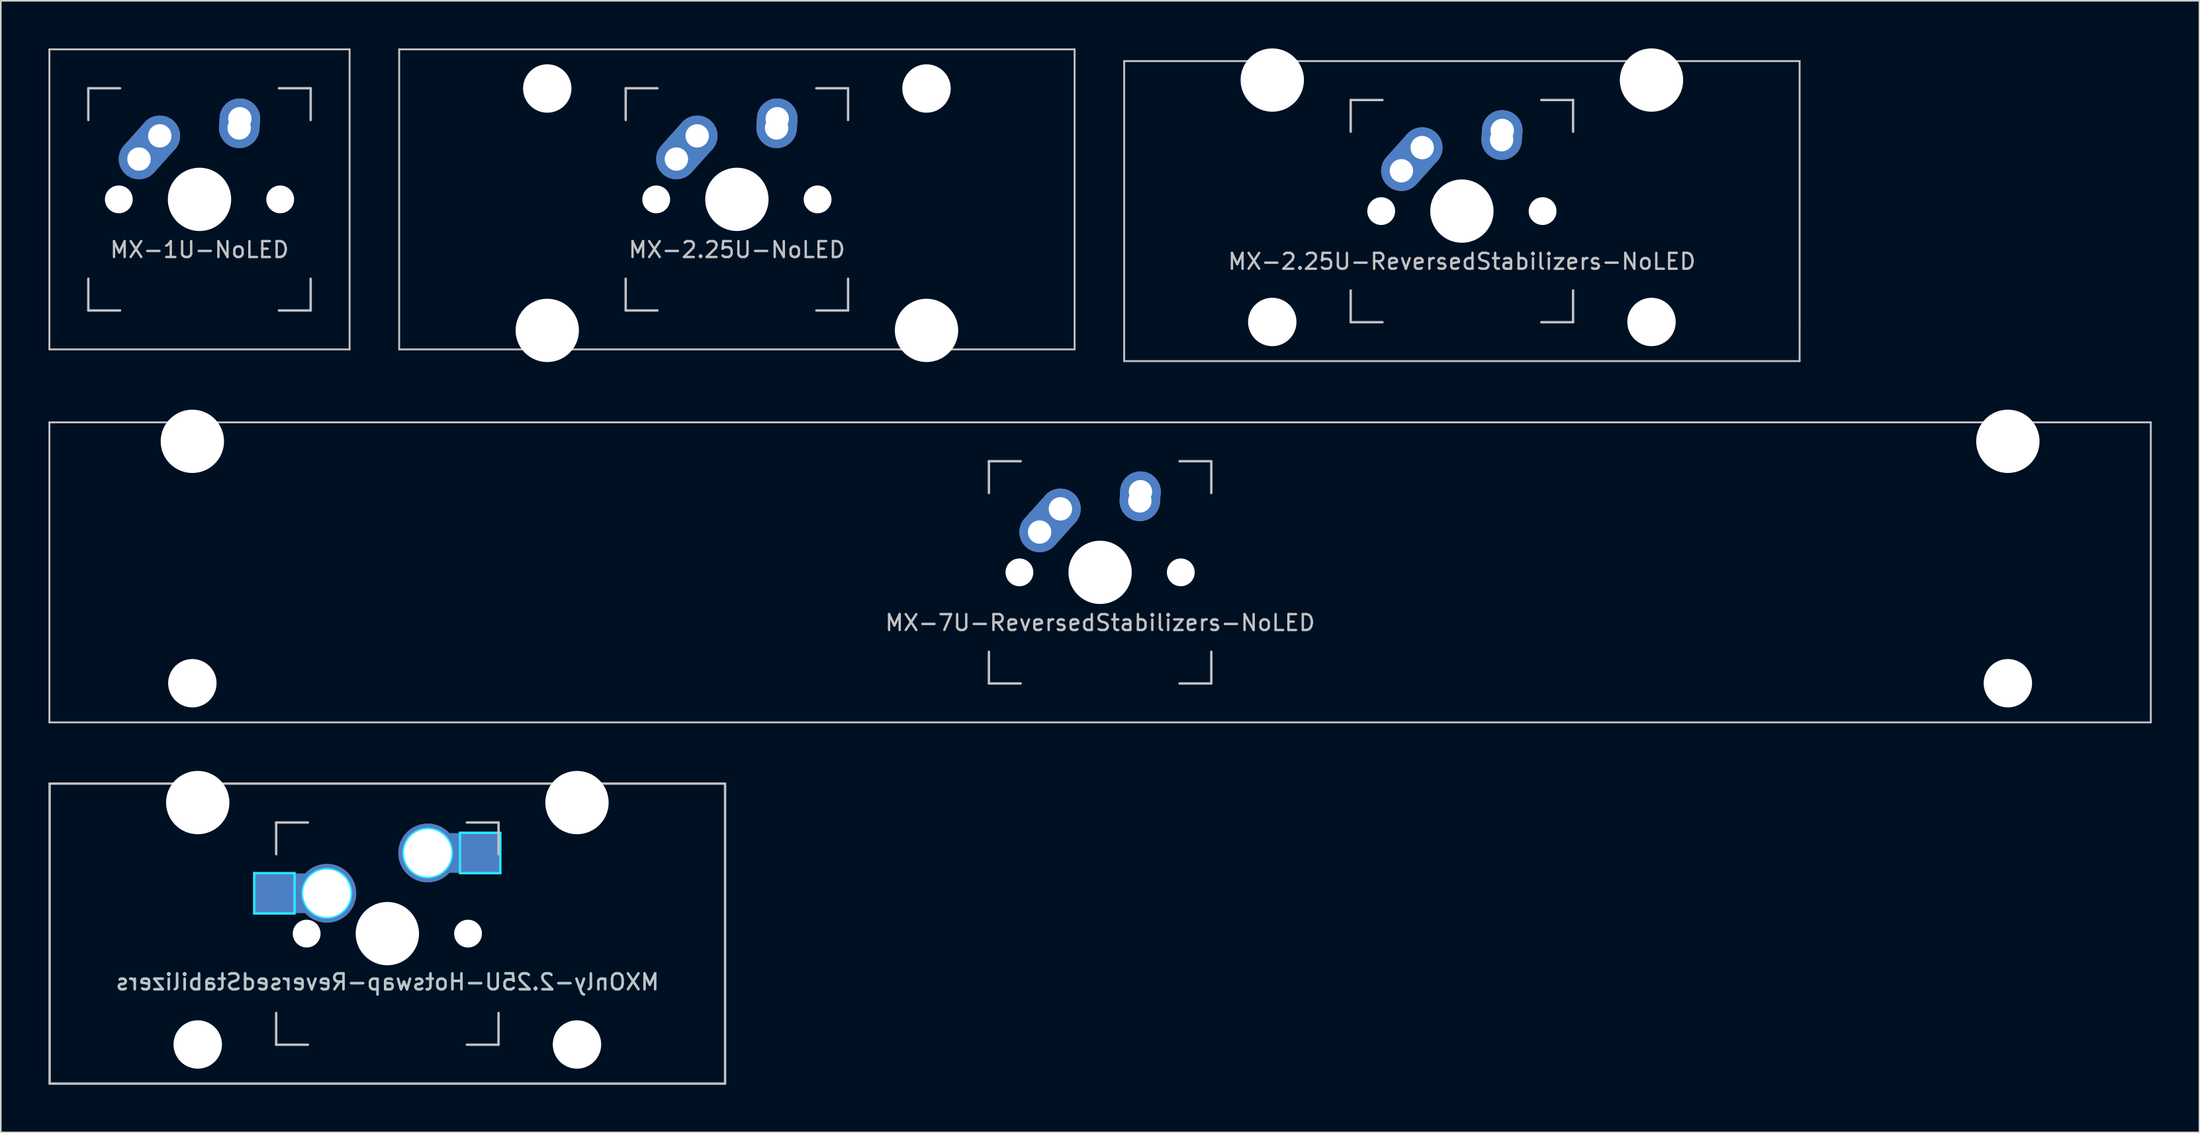
<source format=kicad_pcb>
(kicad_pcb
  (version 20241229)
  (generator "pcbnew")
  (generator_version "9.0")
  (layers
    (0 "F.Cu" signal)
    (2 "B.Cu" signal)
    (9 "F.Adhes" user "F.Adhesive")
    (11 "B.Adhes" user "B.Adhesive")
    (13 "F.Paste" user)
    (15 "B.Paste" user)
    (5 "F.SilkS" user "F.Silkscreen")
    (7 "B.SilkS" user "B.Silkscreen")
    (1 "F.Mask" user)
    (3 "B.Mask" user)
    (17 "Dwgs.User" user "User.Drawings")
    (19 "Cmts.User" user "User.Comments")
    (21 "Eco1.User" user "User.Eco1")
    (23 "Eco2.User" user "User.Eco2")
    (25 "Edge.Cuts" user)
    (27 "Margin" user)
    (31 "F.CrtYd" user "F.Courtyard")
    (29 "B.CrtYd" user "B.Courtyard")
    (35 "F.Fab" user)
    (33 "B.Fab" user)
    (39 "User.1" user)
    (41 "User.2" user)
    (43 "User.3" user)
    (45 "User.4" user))
  (footprint "MXOnly-2.25U-Hotswap-ReversedStabilizers"
    (layer "F.Cu")
    (at 21.337 55.767)
    (property "Reference" "MXOnly-2.25U-Hotswap-ReversedStabilizers" (at 0 3.048 0) (layer "B.CrtYd") (effects (font (size 1 1) (thickness 0.15)) (justify mirror)))
    (attr smd)
    (fp_line (start -21.262 -9.45) (end 21.262 -9.45) (stroke (width 0.15) (type solid)) (layer "Dwgs.User"))
    (fp_line (start -21.262 9.45) (end -21.262 -9.45) (stroke (width 0.15) (type solid)) (layer "Dwgs.User"))
    (fp_line (start -7 -7) (end -7 -5) (stroke (width 0.15) (type solid)) (layer "Dwgs.User"))
    (fp_line (start -7 5) (end -7 7) (stroke (width 0.15) (type solid)) (layer "Dwgs.User"))
    (fp_line (start -7 7) (end -5 7) (stroke (width 0.15) (type solid)) (layer "Dwgs.User"))
    (fp_line (start -5 -7) (end -7 -7) (stroke (width 0.15) (type solid)) (layer "Dwgs.User"))
    (fp_line (start 5 -7) (end 7 -7) (stroke (width 0.15) (type solid)) (layer "Dwgs.User"))
    (fp_line (start 5 7) (end 7 7) (stroke (width 0.15) (type solid)) (layer "Dwgs.User"))
    (fp_line (start 7 -7) (end 7 -5) (stroke (width 0.15) (type solid)) (layer "Dwgs.User"))
    (fp_line (start 7 7) (end 7 5) (stroke (width 0.15) (type solid)) (layer "Dwgs.User"))
    (fp_line (start 21.262 -9.45) (end 21.262 9.45) (stroke (width 0.15) (type solid)) (layer "Dwgs.User"))
    (fp_line (start 21.262 9.45) (end -21.262 9.45) (stroke (width 0.15) (type solid)) (layer "Dwgs.User"))
    (fp_line (start -8.382 -3.81) (end -5.842 -3.81) (stroke (width 0.15) (type solid)) (layer "B.CrtYd"))
    (fp_line (start -8.382 -1.27) (end -8.382 -3.81) (stroke (width 0.15) (type solid)) (layer "B.CrtYd"))
    (fp_line (start -5.842 -3.81) (end -5.842 -1.27) (stroke (width 0.15) (type solid)) (layer "B.CrtYd"))
    (fp_line (start -5.842 -1.27) (end -8.382 -1.27) (stroke (width 0.15) (type solid)) (layer "B.CrtYd"))
    (fp_line (start 4.572 -6.35) (end 7.112 -6.35) (stroke (width 0.15) (type solid)) (layer "B.CrtYd"))
    (fp_line (start 4.572 -3.81) (end 4.572 -6.35) (stroke (width 0.15) (type solid)) (layer "B.CrtYd"))
    (fp_line (start 7.112 -6.35) (end 7.112 -3.81) (stroke (width 0.15) (type solid)) (layer "B.CrtYd"))
    (fp_line (start 7.112 -3.81) (end 4.572 -3.81) (stroke (width 0.15) (type solid)) (layer "B.CrtYd"))
    (fp_circle (center -3.81 -2.54) (end -3.81 -4.064) (stroke (width 0.15) (type solid)) (fill no) (layer "B.CrtYd"))
    (fp_circle (center 2.54 -5.08) (end 2.54 -6.604) (stroke (width 0.15) (type solid)) (fill no) (layer "B.CrtYd"))
    (fp_text user "${REFERENCE}" (at 0 3.048 0) (layer "Dwgs.User") (effects (font (size 1 1) (thickness 0.15)) (justify mirror)))
    (pad "" np_thru_hole circle (at -11.938 -8.255) (size 3.988 3.988) (drill 3.988) (layers "*.Cu" "*.Mask"))
    (pad "" np_thru_hole circle (at -11.938 6.985) (size 3.048 3.048) (drill 3.048) (layers "*.Cu" "*.Mask"))
    (pad "" np_thru_hole circle (at -5.08 0 48.1) (size 1.75 1.75) (drill 1.75) (layers "*.Cu" "*.Mask"))
    (pad "" np_thru_hole circle (at 0 0) (size 3.988 3.988) (drill 3.988) (layers "*.Cu" "*.Mask"))
    (pad "" np_thru_hole circle (at 5.08 0 48.1) (size 1.75 1.75) (drill 1.75) (layers "*.Cu" "*.Mask"))
    (pad "" np_thru_hole circle (at 11.938 -8.255) (size 3.988 3.988) (drill 3.988) (layers "*.Cu" "*.Mask"))
    (pad "" np_thru_hole circle (at 11.938 6.985) (size 3.048 3.048) (drill 3.048) (layers "*.Cu" "*.Mask"))
    (pad "1" smd rect (at -6.085 -2.54) (size 4.55 2.5) (layers "B.Cu" "B.Mask" "B.Paste"))
    (pad "1" thru_hole circle (at -3.81 -2.54) (size 3.7 3.7) (drill 3) (layers "*.Cu" "*.Mask"))
    (pad "2" thru_hole circle (at 2.54 -5.08) (size 3.7 3.7) (drill 3) (layers "*.Cu" "*.Mask"))
    (pad "2" smd rect (at 4.342 -5.08) (size 5.55 2.5) (layers "B.Cu" "B.Mask" "B.Paste")))
  (footprint "MX-7U-ReversedStabilizers-NoLED"
    (layer "F.Cu")
    (at 66.21 33.008)
    (property "Reference" "MX-7U-ReversedStabilizers-NoLED" (at 0 3.175 0) (layer "Dwgs.User") (effects (font (size 1 1) (thickness 0.15))))
    (attr through_hole)
    (fp_line (start -66.15 -9.45) (end 66.15 -9.45) (stroke (width 0.12) (type solid)) (layer "Dwgs.User"))
    (fp_line (start -66.15 9.45) (end -66.15 -9.45) (stroke (width 0.12) (type solid)) (layer "Dwgs.User"))
    (fp_line (start -7 -7) (end -7 -5) (stroke (width 0.15) (type solid)) (layer "Dwgs.User"))
    (fp_line (start -7 5) (end -7 7) (stroke (width 0.15) (type solid)) (layer "Dwgs.User"))
    (fp_line (start -7 7) (end -5 7) (stroke (width 0.15) (type solid)) (layer "Dwgs.User"))
    (fp_line (start -5 -7) (end -7 -7) (stroke (width 0.15) (type solid)) (layer "Dwgs.User"))
    (fp_line (start 5 -7) (end 7 -7) (stroke (width 0.15) (type solid)) (layer "Dwgs.User"))
    (fp_line (start 5 7) (end 7 7) (stroke (width 0.15) (type solid)) (layer "Dwgs.User"))
    (fp_line (start 7 -7) (end 7 -5) (stroke (width 0.15) (type solid)) (layer "Dwgs.User"))
    (fp_line (start 7 7) (end 7 5) (stroke (width 0.15) (type solid)) (layer "Dwgs.User"))
    (fp_line (start 66.15 -9.45) (end 66.15 9.45) (stroke (width 0.12) (type solid)) (layer "Dwgs.User"))
    (fp_line (start 66.15 9.45) (end -66.15 9.45) (stroke (width 0.12) (type solid)) (layer "Dwgs.User"))
    (pad "" np_thru_hole circle (at -57.15 -8.255) (size 3.988 3.988) (drill 3.988) (layers "*.Cu" "*.Mask"))
    (pad "" np_thru_hole circle (at -57.15 6.985) (size 3.048 3.048) (drill 3.048) (layers "*.Cu" "*.Mask"))
    (pad "" np_thru_hole circle (at -5.08 0 48.1) (size 1.75 1.75) (drill 1.75) (layers "*.Cu" "*.Mask"))
    (pad "" np_thru_hole circle (at 0 0) (size 3.988 3.988) (drill 3.988) (layers "*.Cu" "*.Mask"))
    (pad "" np_thru_hole circle (at 5.08 0 48.1) (size 1.75 1.75) (drill 1.75) (layers "*.Cu" "*.Mask"))
    (pad "" np_thru_hole circle (at 57.15 -8.255) (size 3.988 3.988) (drill 3.988) (layers "*.Cu" "*.Mask"))
    (pad "" np_thru_hole circle (at 57.15 6.985) (size 3.048 3.048) (drill 3.048) (layers "*.Cu" "*.Mask"))
    (pad "1" thru_hole oval (at -3.81 -2.54 48.099) (size 4.512 2.55) (drill 1.47 (offset 0.981 0)) (layers "*.Cu" "B.Mask"))
    (pad "1" thru_hole circle (at -2.5 -4) (size 2.55 2.55) (drill 1.47) (layers "*.Cu" "B.Mask"))
    (pad "2" thru_hole oval (at 2.5 -4.5 86.054) (size 3.131 2.55) (drill 1.47 (offset 0.291 0)) (layers "*.Cu" "B.Mask"))
    (pad "2" thru_hole circle (at 2.54 -5.08) (size 2.55 2.55) (drill 1.47) (layers "*.Cu" "B.Mask")))
  (footprint "MX-2.25U-ReversedStabilizers-NoLED"
    (layer "F.Cu")
    (at 88.987 10.249)
    (property "Reference" "MX-2.25U-ReversedStabilizers-NoLED" (at 0 3.175 0) (layer "Dwgs.User") (effects (font (size 1 1) (thickness 0.15))))
    (attr through_hole)
    (fp_line (start -21.262 -9.45) (end 21.262 -9.45) (stroke (width 0.12) (type solid)) (layer "Dwgs.User"))
    (fp_line (start -21.262 9.45) (end -21.262 -9.45) (stroke (width 0.12) (type solid)) (layer "Dwgs.User"))
    (fp_line (start -7 -7) (end -7 -5) (stroke (width 0.15) (type solid)) (layer "Dwgs.User"))
    (fp_line (start -7 5) (end -7 7) (stroke (width 0.15) (type solid)) (layer "Dwgs.User"))
    (fp_line (start -7 7) (end -5 7) (stroke (width 0.15) (type solid)) (layer "Dwgs.User"))
    (fp_line (start -5 -7) (end -7 -7) (stroke (width 0.15) (type solid)) (layer "Dwgs.User"))
    (fp_line (start 5 -7) (end 7 -7) (stroke (width 0.15) (type solid)) (layer "Dwgs.User"))
    (fp_line (start 5 7) (end 7 7) (stroke (width 0.15) (type solid)) (layer "Dwgs.User"))
    (fp_line (start 7 -7) (end 7 -5) (stroke (width 0.15) (type solid)) (layer "Dwgs.User"))
    (fp_line (start 7 7) (end 7 5) (stroke (width 0.15) (type solid)) (layer "Dwgs.User"))
    (fp_line (start 21.262 -9.45) (end 21.262 7.088) (stroke (width 0.12) (type solid)) (layer "Dwgs.User"))
    (fp_line (start 21.262 7.088) (end 21.262 9.45) (stroke (width 0.12) (type solid)) (layer "Dwgs.User"))
    (fp_line (start 21.262 9.45) (end -21.262 9.45) (stroke (width 0.12) (type solid)) (layer "Dwgs.User"))
    (pad "" np_thru_hole circle (at -11.938 -8.255) (size 3.988 3.988) (drill 3.988) (layers "*.Cu" "*.Mask"))
    (pad "" np_thru_hole circle (at -11.938 6.985) (size 3.048 3.048) (drill 3.048) (layers "*.Cu" "*.Mask"))
    (pad "" np_thru_hole circle (at -5.08 0 48.1) (size 1.75 1.75) (drill 1.75) (layers "*.Cu" "*.Mask"))
    (pad "" np_thru_hole circle (at 0 0) (size 3.988 3.988) (drill 3.988) (layers "*.Cu" "*.Mask"))
    (pad "" np_thru_hole circle (at 5.08 0 48.1) (size 1.75 1.75) (drill 1.75) (layers "*.Cu" "*.Mask"))
    (pad "" np_thru_hole circle (at 11.938 -8.255) (size 3.988 3.988) (drill 3.988) (layers "*.Cu" "*.Mask"))
    (pad "" np_thru_hole circle (at 11.938 6.985) (size 3.048 3.048) (drill 3.048) (layers "*.Cu" "*.Mask"))
    (pad "1" thru_hole oval (at -3.81 -2.54 48.099) (size 4.512 2.55) (drill 1.47 (offset 0.981 0)) (layers "*.Cu" "B.Mask"))
    (pad "1" thru_hole circle (at -2.5 -4) (size 2.55 2.55) (drill 1.47) (layers "*.Cu" "B.Mask"))
    (pad "2" thru_hole oval (at 2.5 -4.5 86.054) (size 3.131 2.55) (drill 1.47 (offset 0.291 0)) (layers "*.Cu" "B.Mask"))
    (pad "2" thru_hole circle (at 2.54 -5.08) (size 2.55 2.55) (drill 1.47) (layers "*.Cu" "B.Mask")))
  (footprint "MX-1U-NoLED"
    (layer "F.Cu")
    (at 9.51 9.51)
    (property "Reference" "MX-1U-NoLED" (at 0 3.175 0) (layer "Dwgs.User") (effects (font (size 1 1) (thickness 0.15))))
    (attr through_hole)
    (fp_line (start -9.45 -9.45) (end 9.45 -9.45) (stroke (width 0.12) (type solid)) (layer "Dwgs.User"))
    (fp_line (start -9.45 9.45) (end -9.45 -9.45) (stroke (width 0.12) (type solid)) (layer "Dwgs.User"))
    (fp_line (start -7 -7) (end -7 -5) (stroke (width 0.15) (type solid)) (layer "Dwgs.User"))
    (fp_line (start -7 5) (end -7 7) (stroke (width 0.15) (type solid)) (layer "Dwgs.User"))
    (fp_line (start -7 7) (end -5 7) (stroke (width 0.15) (type solid)) (layer "Dwgs.User"))
    (fp_line (start -5 -7) (end -7 -7) (stroke (width 0.15) (type solid)) (layer "Dwgs.User"))
    (fp_line (start 5 -7) (end 7 -7) (stroke (width 0.15) (type solid)) (layer "Dwgs.User"))
    (fp_line (start 5 7) (end 7 7) (stroke (width 0.15) (type solid)) (layer "Dwgs.User"))
    (fp_line (start 7 -7) (end 7 -5) (stroke (width 0.15) (type solid)) (layer "Dwgs.User"))
    (fp_line (start 7 7) (end 7 5) (stroke (width 0.15) (type solid)) (layer "Dwgs.User"))
    (fp_line (start 9.45 -9.45) (end 9.45 9.45) (stroke (width 0.12) (type solid)) (layer "Dwgs.User"))
    (fp_line (start 9.45 9.45) (end -9.45 9.45) (stroke (width 0.12) (type solid)) (layer "Dwgs.User"))
    (pad "" np_thru_hole circle (at -5.08 0 48.1) (size 1.75 1.75) (drill 1.75) (layers "*.Cu" "*.Mask"))
    (pad "" np_thru_hole circle (at 0 0) (size 3.988 3.988) (drill 3.988) (layers "*.Cu" "*.Mask"))
    (pad "" np_thru_hole circle (at 5.08 0 48.1) (size 1.75 1.75) (drill 1.75) (layers "*.Cu" "*.Mask"))
    (pad "1" thru_hole oval (at -3.81 -2.54 48.099) (size 4.512 2.55) (drill 1.47 (offset 0.981 0)) (layers "*.Cu" "B.Mask"))
    (pad "1" thru_hole circle (at -2.5 -4) (size 2.55 2.55) (drill 1.47) (layers "*.Cu" "B.Mask"))
    (pad "2" thru_hole oval (at 2.5 -4.5 86.054) (size 3.131 2.55) (drill 1.47 (offset 0.291 0)) (layers "*.Cu" "B.Mask"))
    (pad "2" thru_hole circle (at 2.54 -5.08) (size 2.55 2.55) (drill 1.47) (layers "*.Cu" "B.Mask")))
  (footprint "MX-2.25U-NoLED"
    (layer "F.Cu")
    (at 43.343 9.51)
    (property "Reference" "MX-2.25U-NoLED" (at 0 3.175 0) (layer "Dwgs.User") (effects (font (size 1 1) (thickness 0.15))))
    (attr through_hole)
    (fp_line (start -21.262 -9.45) (end 21.262 -9.45) (stroke (width 0.12) (type solid)) (layer "Dwgs.User"))
    (fp_line (start -21.262 9.45) (end -21.262 -9.45) (stroke (width 0.12) (type solid)) (layer "Dwgs.User"))
    (fp_line (start -7 -7) (end -7 -5) (stroke (width 0.15) (type solid)) (layer "Dwgs.User"))
    (fp_line (start -7 5) (end -7 7) (stroke (width 0.15) (type solid)) (layer "Dwgs.User"))
    (fp_line (start -7 7) (end -5 7) (stroke (width 0.15) (type solid)) (layer "Dwgs.User"))
    (fp_line (start -5 -7) (end -7 -7) (stroke (width 0.15) (type solid)) (layer "Dwgs.User"))
    (fp_line (start 5 -7) (end 7 -7) (stroke (width 0.15) (type solid)) (layer "Dwgs.User"))
    (fp_line (start 5 7) (end 7 7) (stroke (width 0.15) (type solid)) (layer "Dwgs.User"))
    (fp_line (start 7 -7) (end 7 -5) (stroke (width 0.15) (type solid)) (layer "Dwgs.User"))
    (fp_line (start 7 7) (end 7 5) (stroke (width 0.15) (type solid)) (layer "Dwgs.User"))
    (fp_line (start 21.262 -9.45) (end 21.262 9.45) (stroke (width 0.12) (type solid)) (layer "Dwgs.User"))
    (fp_line (start 21.262 9.45) (end -21.262 9.45) (stroke (width 0.12) (type solid)) (layer "Dwgs.User"))
    (pad "" np_thru_hole circle (at -11.938 -6.985) (size 3.048 3.048) (drill 3.048) (layers "*.Cu" "*.Mask"))
    (pad "" np_thru_hole circle (at -11.938 8.255) (size 3.988 3.988) (drill 3.988) (layers "*.Cu" "*.Mask"))
    (pad "" np_thru_hole circle (at -5.08 0 48.1) (size 1.75 1.75) (drill 1.75) (layers "*.Cu" "*.Mask"))
    (pad "" np_thru_hole circle (at 0 0) (size 3.988 3.988) (drill 3.988) (layers "*.Cu" "*.Mask"))
    (pad "" np_thru_hole circle (at 5.08 0 48.1) (size 1.75 1.75) (drill 1.75) (layers "*.Cu" "*.Mask"))
    (pad "" np_thru_hole circle (at 11.938 -6.985) (size 3.048 3.048) (drill 3.048) (layers "*.Cu" "*.Mask"))
    (pad "" np_thru_hole circle (at 11.938 8.255) (size 3.988 3.988) (drill 3.988) (layers "*.Cu" "*.Mask"))
    (pad "1" thru_hole oval (at -3.81 -2.54 48.099) (size 4.512 2.55) (drill 1.47 (offset 0.981 0)) (layers "*.Cu" "B.Mask"))
    (pad "1" thru_hole circle (at -2.5 -4) (size 2.55 2.55) (drill 1.47) (layers "*.Cu" "B.Mask"))
    (pad "2" thru_hole oval (at 2.5 -4.5 86.054) (size 3.131 2.55) (drill 1.47 (offset 0.291 0)) (layers "*.Cu" "B.Mask"))
    (pad "2" thru_hole circle (at 2.54 -5.08) (size 2.55 2.55) (drill 1.47) (layers "*.Cu" "B.Mask")))
  (gr_rect
    (start -3 -3)
    (end 135.42 68.292)
    (stroke (width 0.1) (type default))
    (fill no)
    (layer "Edge.Cuts")))
</source>
